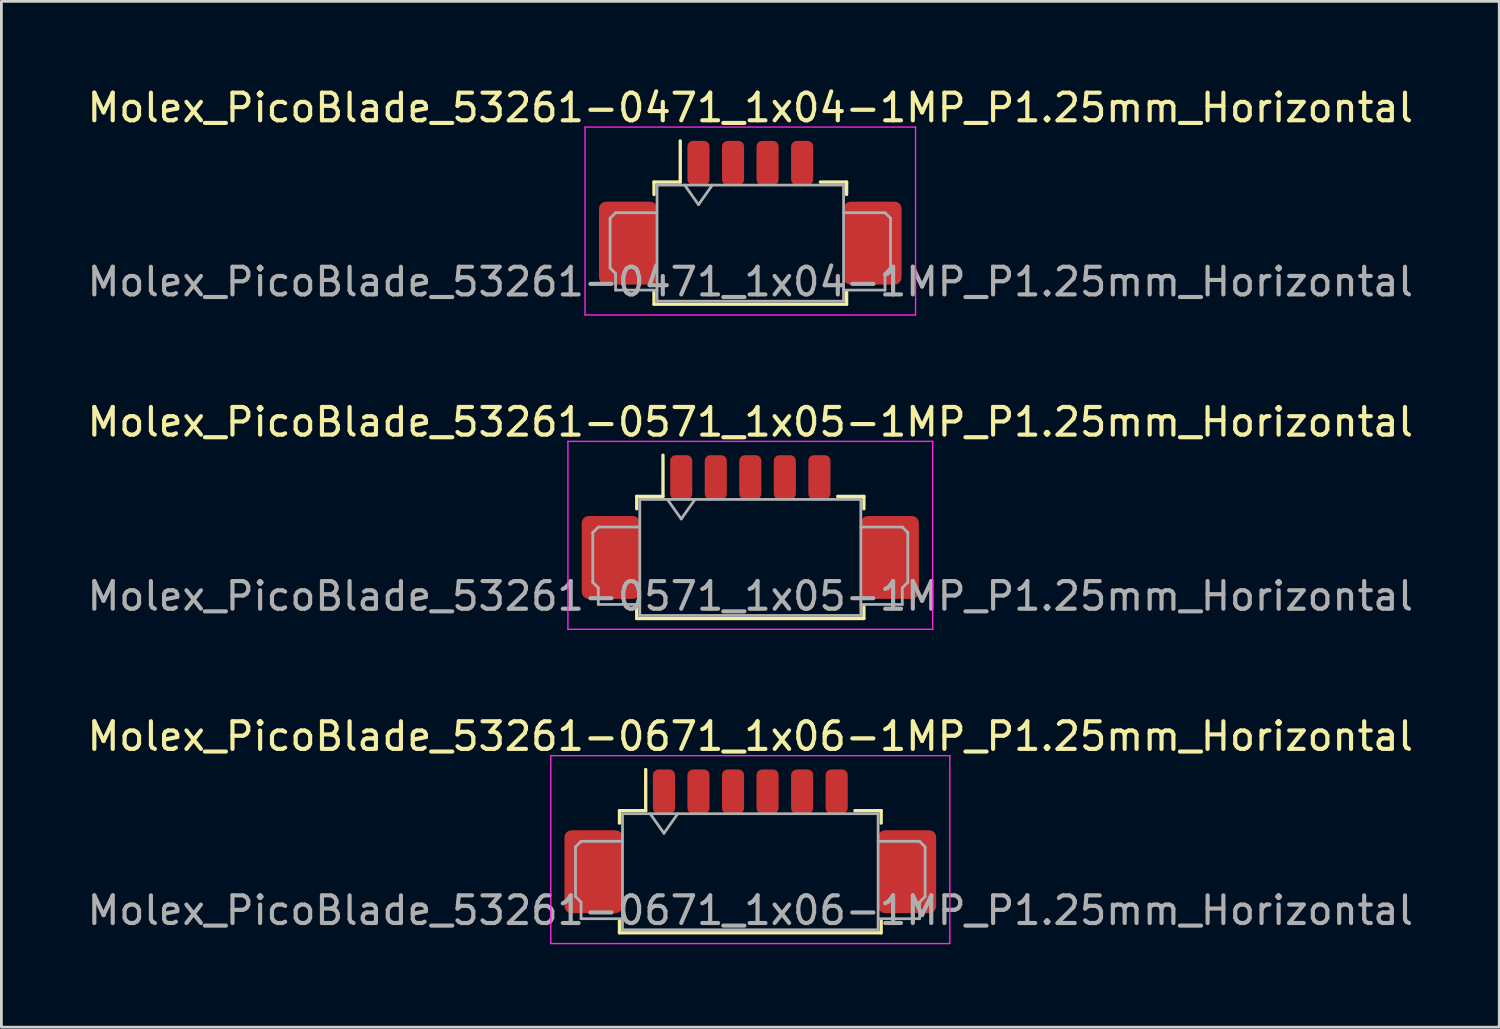
<source format=kicad_pcb>
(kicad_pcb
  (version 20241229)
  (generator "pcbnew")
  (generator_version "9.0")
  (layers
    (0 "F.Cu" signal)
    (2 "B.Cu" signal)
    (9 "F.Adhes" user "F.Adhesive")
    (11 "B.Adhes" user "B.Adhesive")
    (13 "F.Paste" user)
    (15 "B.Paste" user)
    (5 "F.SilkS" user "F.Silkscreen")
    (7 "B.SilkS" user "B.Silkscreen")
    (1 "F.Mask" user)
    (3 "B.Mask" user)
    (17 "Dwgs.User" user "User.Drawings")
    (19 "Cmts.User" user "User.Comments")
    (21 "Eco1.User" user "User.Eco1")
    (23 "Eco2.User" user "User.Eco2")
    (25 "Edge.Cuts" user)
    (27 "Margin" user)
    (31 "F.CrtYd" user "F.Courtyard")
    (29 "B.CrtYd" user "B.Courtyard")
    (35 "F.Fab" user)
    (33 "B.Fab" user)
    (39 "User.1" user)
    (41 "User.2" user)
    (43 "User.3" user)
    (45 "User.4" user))
  (footprint "Molex_PicoBlade_53261-0571_1x05-1MP_P1.25mm_Horizontal"
    (layer "F.Cu")
    (at 24.101 16.622)
    (property "Reference" "Molex_PicoBlade_53261-0571_1x05-1MP_P1.25mm_Horizontal" (at 0 -4.4 0) (layer "F.SilkS") (effects (font (size 1 1) (thickness 0.15))))
    (attr smd)
    (fp_line (start -4.11 -1.71) (end -3.16 -1.71) (stroke (width 0.12) (type solid)) (layer "F.SilkS"))
    (fp_line (start -4.11 -1.26) (end -4.11 -1.71) (stroke (width 0.12) (type solid)) (layer "F.SilkS"))
    (fp_line (start -4.11 2.26) (end -4.11 2.71) (stroke (width 0.12) (type solid)) (layer "F.SilkS"))
    (fp_line (start -4.11 2.71) (end 4.11 2.71) (stroke (width 0.12) (type solid)) (layer "F.SilkS"))
    (fp_line (start -3.16 -1.71) (end -3.16 -3.2) (stroke (width 0.12) (type solid)) (layer "F.SilkS"))
    (fp_line (start 4.11 -1.71) (end 3.16 -1.71) (stroke (width 0.12) (type solid)) (layer "F.SilkS"))
    (fp_line (start 4.11 -1.26) (end 4.11 -1.71) (stroke (width 0.12) (type solid)) (layer "F.SilkS"))
    (fp_line (start 4.11 2.71) (end 4.11 2.26) (stroke (width 0.12) (type solid)) (layer "F.SilkS"))
    (fp_line (start -6.6 -3.7) (end -6.6 3.1) (stroke (width 0.05) (type solid)) (layer "F.CrtYd"))
    (fp_line (start -6.6 3.1) (end 6.6 3.1) (stroke (width 0.05) (type solid)) (layer "F.CrtYd"))
    (fp_line (start 6.6 -3.7) (end -6.6 -3.7) (stroke (width 0.05) (type solid)) (layer "F.CrtYd"))
    (fp_line (start 6.6 3.1) (end 6.6 -3.7) (stroke (width 0.05) (type solid)) (layer "F.CrtYd"))
    (fp_line (start -5.7 -0.4) (end -5.7 1.4) (stroke (width 0.1) (type solid)) (layer "F.Fab"))
    (fp_line (start -5.7 1.4) (end -5.5 1.6) (stroke (width 0.1) (type solid)) (layer "F.Fab"))
    (fp_line (start -5.5 -0.6) (end -5.7 -0.4) (stroke (width 0.1) (type solid)) (layer "F.Fab"))
    (fp_line (start -5.5 1.6) (end -5.5 2.2) (stroke (width 0.1) (type solid)) (layer "F.Fab"))
    (fp_line (start -5.5 2.2) (end -4 2.2) (stroke (width 0.1) (type solid)) (layer "F.Fab"))
    (fp_line (start -4 -1.6) (end -4 2.6) (stroke (width 0.1) (type solid)) (layer "F.Fab"))
    (fp_line (start -4 -1.6) (end 4 -1.6) (stroke (width 0.1) (type solid)) (layer "F.Fab"))
    (fp_line (start -4 -0.6) (end -5.5 -0.6) (stroke (width 0.1) (type solid)) (layer "F.Fab"))
    (fp_line (start -4 2.6) (end 4 2.6) (stroke (width 0.1) (type solid)) (layer "F.Fab"))
    (fp_line (start -3 -1.6) (end -2.5 -0.893) (stroke (width 0.1) (type solid)) (layer "F.Fab"))
    (fp_line (start -2.5 -0.893) (end -2 -1.6) (stroke (width 0.1) (type solid)) (layer "F.Fab"))
    (fp_line (start 4 -1.6) (end 4 2.6) (stroke (width 0.1) (type solid)) (layer "F.Fab"))
    (fp_line (start 4 -0.6) (end 5.5 -0.6) (stroke (width 0.1) (type solid)) (layer "F.Fab"))
    (fp_line (start 5.5 -0.6) (end 5.7 -0.4) (stroke (width 0.1) (type solid)) (layer "F.Fab"))
    (fp_line (start 5.5 1.6) (end 5.5 2.2) (stroke (width 0.1) (type solid)) (layer "F.Fab"))
    (fp_line (start 5.5 2.2) (end 4 2.2) (stroke (width 0.1) (type solid)) (layer "F.Fab"))
    (fp_line (start 5.7 -0.4) (end 5.7 1.4) (stroke (width 0.1) (type solid)) (layer "F.Fab"))
    (fp_line (start 5.7 1.4) (end 5.5 1.6) (stroke (width 0.1) (type solid)) (layer "F.Fab"))
    (fp_text user "${REFERENCE}" (at 0 1.9 0) (layer "F.Fab") (effects (font (size 1 1) (thickness 0.15))))
    (pad "1" smd roundrect (at -2.5 -2.4) (size 0.8 1.6) (layers "F.Cu" "F.Mask" "F.Paste") (roundrect_rratio 0.25))
    (pad "2" smd roundrect (at -1.25 -2.4) (size 0.8 1.6) (layers "F.Cu" "F.Mask" "F.Paste") (roundrect_rratio 0.25))
    (pad "3" smd roundrect (at 0 -2.4) (size 0.8 1.6) (layers "F.Cu" "F.Mask" "F.Paste") (roundrect_rratio 0.25))
    (pad "4" smd roundrect (at 1.25 -2.4) (size 0.8 1.6) (layers "F.Cu" "F.Mask" "F.Paste") (roundrect_rratio 0.25))
    (pad "5" smd roundrect (at 2.5 -2.4) (size 0.8 1.6) (layers "F.Cu" "F.Mask" "F.Paste") (roundrect_rratio 0.25))
    (pad "MP" smd roundrect (at -5.05 0.5) (size 2.1 3) (layers "F.Cu" "F.Mask" "F.Paste") (roundrect_rratio 0.119))
    (pad "MP" smd roundrect (at 5.05 0.5) (size 2.1 3) (layers "F.Cu" "F.Mask" "F.Paste") (roundrect_rratio 0.119)))
  (footprint "Molex_PicoBlade_53261-0671_1x06-1MP_P1.25mm_Horizontal"
    (layer "F.Cu")
    (at 24.101 27.995)
    (property "Reference" "Molex_PicoBlade_53261-0671_1x06-1MP_P1.25mm_Horizontal" (at 0 -4.4 0) (layer "F.SilkS") (effects (font (size 1 1) (thickness 0.15))))
    (attr smd)
    (fp_line (start -4.735 -1.71) (end -3.785 -1.71) (stroke (width 0.12) (type solid)) (layer "F.SilkS"))
    (fp_line (start -4.735 -1.26) (end -4.735 -1.71) (stroke (width 0.12) (type solid)) (layer "F.SilkS"))
    (fp_line (start -4.735 2.26) (end -4.735 2.71) (stroke (width 0.12) (type solid)) (layer "F.SilkS"))
    (fp_line (start -4.735 2.71) (end 4.735 2.71) (stroke (width 0.12) (type solid)) (layer "F.SilkS"))
    (fp_line (start -3.785 -1.71) (end -3.785 -3.2) (stroke (width 0.12) (type solid)) (layer "F.SilkS"))
    (fp_line (start 4.735 -1.71) (end 3.785 -1.71) (stroke (width 0.12) (type solid)) (layer "F.SilkS"))
    (fp_line (start 4.735 -1.26) (end 4.735 -1.71) (stroke (width 0.12) (type solid)) (layer "F.SilkS"))
    (fp_line (start 4.735 2.71) (end 4.735 2.26) (stroke (width 0.12) (type solid)) (layer "F.SilkS"))
    (fp_line (start -7.22 -3.7) (end -7.22 3.1) (stroke (width 0.05) (type solid)) (layer "F.CrtYd"))
    (fp_line (start -7.22 3.1) (end 7.22 3.1) (stroke (width 0.05) (type solid)) (layer "F.CrtYd"))
    (fp_line (start 7.22 -3.7) (end -7.22 -3.7) (stroke (width 0.05) (type solid)) (layer "F.CrtYd"))
    (fp_line (start 7.22 3.1) (end 7.22 -3.7) (stroke (width 0.05) (type solid)) (layer "F.CrtYd"))
    (fp_line (start -6.325 -0.4) (end -6.325 1.4) (stroke (width 0.1) (type solid)) (layer "F.Fab"))
    (fp_line (start -6.325 1.4) (end -6.125 1.6) (stroke (width 0.1) (type solid)) (layer "F.Fab"))
    (fp_line (start -6.125 -0.6) (end -6.325 -0.4) (stroke (width 0.1) (type solid)) (layer "F.Fab"))
    (fp_line (start -6.125 1.6) (end -6.125 2.2) (stroke (width 0.1) (type solid)) (layer "F.Fab"))
    (fp_line (start -6.125 2.2) (end -4.625 2.2) (stroke (width 0.1) (type solid)) (layer "F.Fab"))
    (fp_line (start -4.625 -1.6) (end -4.625 2.6) (stroke (width 0.1) (type solid)) (layer "F.Fab"))
    (fp_line (start -4.625 -1.6) (end 4.625 -1.6) (stroke (width 0.1) (type solid)) (layer "F.Fab"))
    (fp_line (start -4.625 -0.6) (end -6.125 -0.6) (stroke (width 0.1) (type solid)) (layer "F.Fab"))
    (fp_line (start -4.625 2.6) (end 4.625 2.6) (stroke (width 0.1) (type solid)) (layer "F.Fab"))
    (fp_line (start -3.625 -1.6) (end -3.125 -0.893) (stroke (width 0.1) (type solid)) (layer "F.Fab"))
    (fp_line (start -3.125 -0.893) (end -2.625 -1.6) (stroke (width 0.1) (type solid)) (layer "F.Fab"))
    (fp_line (start 4.625 -1.6) (end 4.625 2.6) (stroke (width 0.1) (type solid)) (layer "F.Fab"))
    (fp_line (start 4.625 -0.6) (end 6.125 -0.6) (stroke (width 0.1) (type solid)) (layer "F.Fab"))
    (fp_line (start 6.125 -0.6) (end 6.325 -0.4) (stroke (width 0.1) (type solid)) (layer "F.Fab"))
    (fp_line (start 6.125 1.6) (end 6.125 2.2) (stroke (width 0.1) (type solid)) (layer "F.Fab"))
    (fp_line (start 6.125 2.2) (end 4.625 2.2) (stroke (width 0.1) (type solid)) (layer "F.Fab"))
    (fp_line (start 6.325 -0.4) (end 6.325 1.4) (stroke (width 0.1) (type solid)) (layer "F.Fab"))
    (fp_line (start 6.325 1.4) (end 6.125 1.6) (stroke (width 0.1) (type solid)) (layer "F.Fab"))
    (fp_text user "${REFERENCE}" (at 0 1.9 0) (layer "F.Fab") (effects (font (size 1 1) (thickness 0.15))))
    (pad "1" smd roundrect (at -3.125 -2.4) (size 0.8 1.6) (layers "F.Cu" "F.Mask" "F.Paste") (roundrect_rratio 0.25))
    (pad "2" smd roundrect (at -1.875 -2.4) (size 0.8 1.6) (layers "F.Cu" "F.Mask" "F.Paste") (roundrect_rratio 0.25))
    (pad "3" smd roundrect (at -0.625 -2.4) (size 0.8 1.6) (layers "F.Cu" "F.Mask" "F.Paste") (roundrect_rratio 0.25))
    (pad "4" smd roundrect (at 0.625 -2.4) (size 0.8 1.6) (layers "F.Cu" "F.Mask" "F.Paste") (roundrect_rratio 0.25))
    (pad "5" smd roundrect (at 1.875 -2.4) (size 0.8 1.6) (layers "F.Cu" "F.Mask" "F.Paste") (roundrect_rratio 0.25))
    (pad "6" smd roundrect (at 3.125 -2.4) (size 0.8 1.6) (layers "F.Cu" "F.Mask" "F.Paste") (roundrect_rratio 0.25))
    (pad "MP" smd roundrect (at -5.675 0.5) (size 2.1 3) (layers "F.Cu" "F.Mask" "F.Paste") (roundrect_rratio 0.119))
    (pad "MP" smd roundrect (at 5.675 0.5) (size 2.1 3) (layers "F.Cu" "F.Mask" "F.Paste") (roundrect_rratio 0.119)))
  (footprint "Molex_PicoBlade_53261-0471_1x04-1MP_P1.25mm_Horizontal"
    (layer "F.Cu")
    (at 24.101 5.248)
    (property "Reference" "Molex_PicoBlade_53261-0471_1x04-1MP_P1.25mm_Horizontal" (at 0 -4.4 0) (layer "F.SilkS") (effects (font (size 1 1) (thickness 0.15))))
    (attr smd)
    (fp_line (start -3.485 -1.71) (end -2.535 -1.71) (stroke (width 0.12) (type solid)) (layer "F.SilkS"))
    (fp_line (start -3.485 -1.26) (end -3.485 -1.71) (stroke (width 0.12) (type solid)) (layer "F.SilkS"))
    (fp_line (start -3.485 2.26) (end -3.485 2.71) (stroke (width 0.12) (type solid)) (layer "F.SilkS"))
    (fp_line (start -3.485 2.71) (end 3.485 2.71) (stroke (width 0.12) (type solid)) (layer "F.SilkS"))
    (fp_line (start -2.535 -1.71) (end -2.535 -3.2) (stroke (width 0.12) (type solid)) (layer "F.SilkS"))
    (fp_line (start 3.485 -1.71) (end 2.535 -1.71) (stroke (width 0.12) (type solid)) (layer "F.SilkS"))
    (fp_line (start 3.485 -1.26) (end 3.485 -1.71) (stroke (width 0.12) (type solid)) (layer "F.SilkS"))
    (fp_line (start 3.485 2.71) (end 3.485 2.26) (stroke (width 0.12) (type solid)) (layer "F.SilkS"))
    (fp_line (start -5.98 -3.7) (end -5.98 3.1) (stroke (width 0.05) (type solid)) (layer "F.CrtYd"))
    (fp_line (start -5.98 3.1) (end 5.98 3.1) (stroke (width 0.05) (type solid)) (layer "F.CrtYd"))
    (fp_line (start 5.98 -3.7) (end -5.98 -3.7) (stroke (width 0.05) (type solid)) (layer "F.CrtYd"))
    (fp_line (start 5.98 3.1) (end 5.98 -3.7) (stroke (width 0.05) (type solid)) (layer "F.CrtYd"))
    (fp_line (start -5.075 -0.4) (end -5.075 1.4) (stroke (width 0.1) (type solid)) (layer "F.Fab"))
    (fp_line (start -5.075 1.4) (end -4.875 1.6) (stroke (width 0.1) (type solid)) (layer "F.Fab"))
    (fp_line (start -4.875 -0.6) (end -5.075 -0.4) (stroke (width 0.1) (type solid)) (layer "F.Fab"))
    (fp_line (start -4.875 1.6) (end -4.875 2.2) (stroke (width 0.1) (type solid)) (layer "F.Fab"))
    (fp_line (start -4.875 2.2) (end -3.375 2.2) (stroke (width 0.1) (type solid)) (layer "F.Fab"))
    (fp_line (start -3.375 -1.6) (end -3.375 2.6) (stroke (width 0.1) (type solid)) (layer "F.Fab"))
    (fp_line (start -3.375 -1.6) (end 3.375 -1.6) (stroke (width 0.1) (type solid)) (layer "F.Fab"))
    (fp_line (start -3.375 -0.6) (end -4.875 -0.6) (stroke (width 0.1) (type solid)) (layer "F.Fab"))
    (fp_line (start -3.375 2.6) (end 3.375 2.6) (stroke (width 0.1) (type solid)) (layer "F.Fab"))
    (fp_line (start -2.375 -1.6) (end -1.875 -0.893) (stroke (width 0.1) (type solid)) (layer "F.Fab"))
    (fp_line (start -1.875 -0.893) (end -1.375 -1.6) (stroke (width 0.1) (type solid)) (layer "F.Fab"))
    (fp_line (start 3.375 -1.6) (end 3.375 2.6) (stroke (width 0.1) (type solid)) (layer "F.Fab"))
    (fp_line (start 3.375 -0.6) (end 4.875 -0.6) (stroke (width 0.1) (type solid)) (layer "F.Fab"))
    (fp_line (start 4.875 -0.6) (end 5.075 -0.4) (stroke (width 0.1) (type solid)) (layer "F.Fab"))
    (fp_line (start 4.875 1.6) (end 4.875 2.2) (stroke (width 0.1) (type solid)) (layer "F.Fab"))
    (fp_line (start 4.875 2.2) (end 3.375 2.2) (stroke (width 0.1) (type solid)) (layer "F.Fab"))
    (fp_line (start 5.075 -0.4) (end 5.075 1.4) (stroke (width 0.1) (type solid)) (layer "F.Fab"))
    (fp_line (start 5.075 1.4) (end 4.875 1.6) (stroke (width 0.1) (type solid)) (layer "F.Fab"))
    (fp_text user "${REFERENCE}" (at 0 1.9 0) (layer "F.Fab") (effects (font (size 1 1) (thickness 0.15))))
    (pad "1" smd roundrect (at -1.875 -2.4) (size 0.8 1.6) (layers "F.Cu" "F.Mask" "F.Paste") (roundrect_rratio 0.25))
    (pad "2" smd roundrect (at -0.625 -2.4) (size 0.8 1.6) (layers "F.Cu" "F.Mask" "F.Paste") (roundrect_rratio 0.25))
    (pad "3" smd roundrect (at 0.625 -2.4) (size 0.8 1.6) (layers "F.Cu" "F.Mask" "F.Paste") (roundrect_rratio 0.25))
    (pad "4" smd roundrect (at 1.875 -2.4) (size 0.8 1.6) (layers "F.Cu" "F.Mask" "F.Paste") (roundrect_rratio 0.25))
    (pad "MP" smd roundrect (at -4.425 0.5) (size 2.1 3) (layers "F.Cu" "F.Mask" "F.Paste") (roundrect_rratio 0.119))
    (pad "MP" smd roundrect (at 4.425 0.5) (size 2.1 3) (layers "F.Cu" "F.Mask" "F.Paste") (roundrect_rratio 0.119)))
  (gr_rect
    (start -3 -3)
    (end 51.202 34.12)
    (stroke (width 0.1) (type default))
    (fill no)
    (layer "Edge.Cuts")))
</source>
